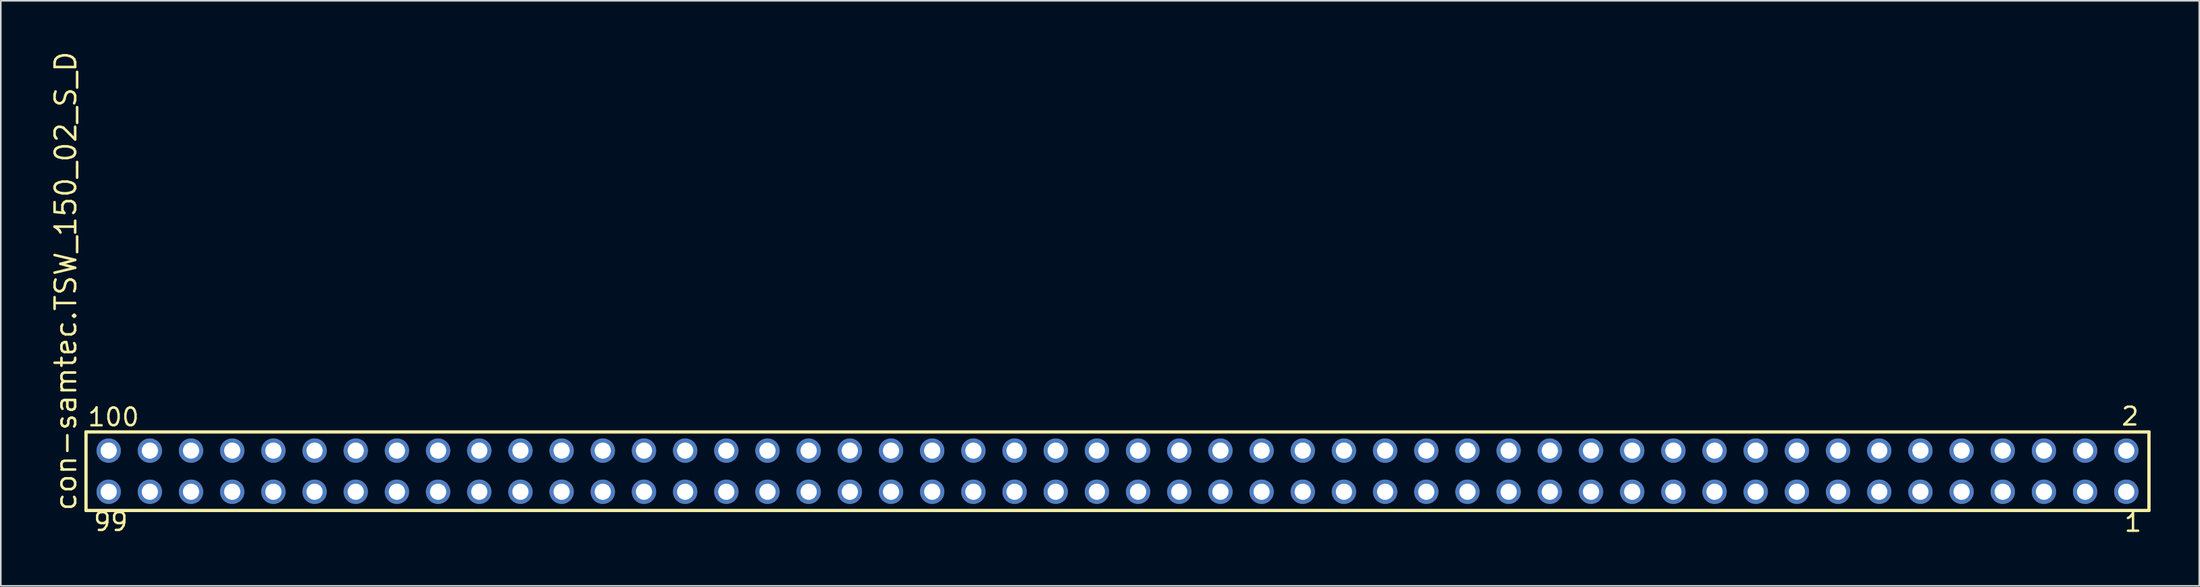
<source format=kicad_pcb>
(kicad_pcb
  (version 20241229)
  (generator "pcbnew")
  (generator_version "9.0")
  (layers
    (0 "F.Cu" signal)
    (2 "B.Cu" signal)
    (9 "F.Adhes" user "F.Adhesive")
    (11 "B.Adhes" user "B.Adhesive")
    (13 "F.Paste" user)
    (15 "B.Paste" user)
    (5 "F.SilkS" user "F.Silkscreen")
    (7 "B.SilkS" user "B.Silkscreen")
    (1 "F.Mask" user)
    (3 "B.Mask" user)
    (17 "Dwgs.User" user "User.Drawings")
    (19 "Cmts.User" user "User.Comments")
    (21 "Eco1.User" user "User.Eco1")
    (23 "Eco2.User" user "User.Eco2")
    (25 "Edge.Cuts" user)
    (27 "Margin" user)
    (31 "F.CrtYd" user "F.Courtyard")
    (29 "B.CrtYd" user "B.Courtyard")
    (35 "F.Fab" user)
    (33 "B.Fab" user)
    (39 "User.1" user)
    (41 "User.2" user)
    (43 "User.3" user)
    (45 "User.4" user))
  (footprint "con-samtec.TSW_150_02_S_D"
    (layer "F.Cu")
    (at 65.885 26.049)
    (property "Reference" "con-samtec.TSW_150_02_S_D" (at -64.135 2.54 90) (layer "F.SilkS") (effects (font (size 1.27 1.27) (thickness 0.16)) (justify left bottom)))
    (attr through_hole)
    (fp_line (start -63.629 -2.425) (end 63.629 -2.425) (stroke (width 0.203) (type default)) (layer "F.SilkS"))
    (fp_line (start -63.629 2.425) (end -63.629 -2.425) (stroke (width 0.203) (type default)) (layer "F.SilkS"))
    (fp_line (start 63.629 -2.425) (end 63.629 2.425) (stroke (width 0.203) (type default)) (layer "F.SilkS"))
    (fp_line (start 63.629 2.425) (end -63.629 2.425) (stroke (width 0.203) (type default)) (layer "F.SilkS"))
    (fp_rect (start -62.58 -0.92) (end -61.88 -1.62) (stroke (width 0.05) (type default)) (fill no) (layer "F.Fab"))
    (fp_rect (start -62.58 1.62) (end -61.88 0.92) (stroke (width 0.05) (type default)) (fill no) (layer "F.Fab"))
    (fp_rect (start -60.04 -0.92) (end -59.34 -1.62) (stroke (width 0.05) (type default)) (fill no) (layer "F.Fab"))
    (fp_rect (start -60.04 1.62) (end -59.34 0.92) (stroke (width 0.05) (type default)) (fill no) (layer "F.Fab"))
    (fp_rect (start -57.5 -0.92) (end -56.8 -1.62) (stroke (width 0.05) (type default)) (fill no) (layer "F.Fab"))
    (fp_rect (start -57.5 1.62) (end -56.8 0.92) (stroke (width 0.05) (type default)) (fill no) (layer "F.Fab"))
    (fp_rect (start -54.96 -0.92) (end -54.26 -1.62) (stroke (width 0.05) (type default)) (fill no) (layer "F.Fab"))
    (fp_rect (start -54.96 1.62) (end -54.26 0.92) (stroke (width 0.05) (type default)) (fill no) (layer "F.Fab"))
    (fp_rect (start -52.42 -0.92) (end -51.72 -1.62) (stroke (width 0.05) (type default)) (fill no) (layer "F.Fab"))
    (fp_rect (start -52.42 1.62) (end -51.72 0.92) (stroke (width 0.05) (type default)) (fill no) (layer "F.Fab"))
    (fp_rect (start -49.88 -0.92) (end -49.18 -1.62) (stroke (width 0.05) (type default)) (fill no) (layer "F.Fab"))
    (fp_rect (start -49.88 1.62) (end -49.18 0.92) (stroke (width 0.05) (type default)) (fill no) (layer "F.Fab"))
    (fp_rect (start -47.34 -0.92) (end -46.64 -1.62) (stroke (width 0.05) (type default)) (fill no) (layer "F.Fab"))
    (fp_rect (start -47.34 1.62) (end -46.64 0.92) (stroke (width 0.05) (type default)) (fill no) (layer "F.Fab"))
    (fp_rect (start -44.8 -0.92) (end -44.1 -1.62) (stroke (width 0.05) (type default)) (fill no) (layer "F.Fab"))
    (fp_rect (start -44.8 1.62) (end -44.1 0.92) (stroke (width 0.05) (type default)) (fill no) (layer "F.Fab"))
    (fp_rect (start -42.26 -0.92) (end -41.56 -1.62) (stroke (width 0.05) (type default)) (fill no) (layer "F.Fab"))
    (fp_rect (start -42.26 1.62) (end -41.56 0.92) (stroke (width 0.05) (type default)) (fill no) (layer "F.Fab"))
    (fp_rect (start -39.72 -0.92) (end -39.02 -1.62) (stroke (width 0.05) (type default)) (fill no) (layer "F.Fab"))
    (fp_rect (start -39.72 1.62) (end -39.02 0.92) (stroke (width 0.05) (type default)) (fill no) (layer "F.Fab"))
    (fp_rect (start -37.18 -0.92) (end -36.48 -1.62) (stroke (width 0.05) (type default)) (fill no) (layer "F.Fab"))
    (fp_rect (start -37.18 1.62) (end -36.48 0.92) (stroke (width 0.05) (type default)) (fill no) (layer "F.Fab"))
    (fp_rect (start -34.64 -0.92) (end -33.94 -1.62) (stroke (width 0.05) (type default)) (fill no) (layer "F.Fab"))
    (fp_rect (start -34.64 1.62) (end -33.94 0.92) (stroke (width 0.05) (type default)) (fill no) (layer "F.Fab"))
    (fp_rect (start -32.1 -0.92) (end -31.4 -1.62) (stroke (width 0.05) (type default)) (fill no) (layer "F.Fab"))
    (fp_rect (start -32.1 1.62) (end -31.4 0.92) (stroke (width 0.05) (type default)) (fill no) (layer "F.Fab"))
    (fp_rect (start -29.56 -0.92) (end -28.86 -1.62) (stroke (width 0.05) (type default)) (fill no) (layer "F.Fab"))
    (fp_rect (start -29.56 1.62) (end -28.86 0.92) (stroke (width 0.05) (type default)) (fill no) (layer "F.Fab"))
    (fp_rect (start -27.02 -0.92) (end -26.32 -1.62) (stroke (width 0.05) (type default)) (fill no) (layer "F.Fab"))
    (fp_rect (start -27.02 1.62) (end -26.32 0.92) (stroke (width 0.05) (type default)) (fill no) (layer "F.Fab"))
    (fp_rect (start -24.48 -0.92) (end -23.78 -1.62) (stroke (width 0.05) (type default)) (fill no) (layer "F.Fab"))
    (fp_rect (start -24.48 1.62) (end -23.78 0.92) (stroke (width 0.05) (type default)) (fill no) (layer "F.Fab"))
    (fp_rect (start -21.94 -0.92) (end -21.24 -1.62) (stroke (width 0.05) (type default)) (fill no) (layer "F.Fab"))
    (fp_rect (start -21.94 1.62) (end -21.24 0.92) (stroke (width 0.05) (type default)) (fill no) (layer "F.Fab"))
    (fp_rect (start -19.4 -0.92) (end -18.7 -1.62) (stroke (width 0.05) (type default)) (fill no) (layer "F.Fab"))
    (fp_rect (start -19.4 1.62) (end -18.7 0.92) (stroke (width 0.05) (type default)) (fill no) (layer "F.Fab"))
    (fp_rect (start -16.86 -0.92) (end -16.16 -1.62) (stroke (width 0.05) (type default)) (fill no) (layer "F.Fab"))
    (fp_rect (start -16.86 1.62) (end -16.16 0.92) (stroke (width 0.05) (type default)) (fill no) (layer "F.Fab"))
    (fp_rect (start -14.32 -0.92) (end -13.62 -1.62) (stroke (width 0.05) (type default)) (fill no) (layer "F.Fab"))
    (fp_rect (start -14.32 1.62) (end -13.62 0.92) (stroke (width 0.05) (type default)) (fill no) (layer "F.Fab"))
    (fp_rect (start -11.78 -0.92) (end -11.08 -1.62) (stroke (width 0.05) (type default)) (fill no) (layer "F.Fab"))
    (fp_rect (start -11.78 1.62) (end -11.08 0.92) (stroke (width 0.05) (type default)) (fill no) (layer "F.Fab"))
    (fp_rect (start -9.24 -0.92) (end -8.54 -1.62) (stroke (width 0.05) (type default)) (fill no) (layer "F.Fab"))
    (fp_rect (start -9.24 1.62) (end -8.54 0.92) (stroke (width 0.05) (type default)) (fill no) (layer "F.Fab"))
    (fp_rect (start -6.7 -0.92) (end -6 -1.62) (stroke (width 0.05) (type default)) (fill no) (layer "F.Fab"))
    (fp_rect (start -6.7 1.62) (end -6 0.92) (stroke (width 0.05) (type default)) (fill no) (layer "F.Fab"))
    (fp_rect (start -4.16 -0.92) (end -3.46 -1.62) (stroke (width 0.05) (type default)) (fill no) (layer "F.Fab"))
    (fp_rect (start -4.16 1.62) (end -3.46 0.92) (stroke (width 0.05) (type default)) (fill no) (layer "F.Fab"))
    (fp_rect (start -1.62 -0.92) (end -0.92 -1.62) (stroke (width 0.05) (type default)) (fill no) (layer "F.Fab"))
    (fp_rect (start -1.62 1.62) (end -0.92 0.92) (stroke (width 0.05) (type default)) (fill no) (layer "F.Fab"))
    (fp_rect (start 0.92 -0.92) (end 1.62 -1.62) (stroke (width 0.05) (type default)) (fill no) (layer "F.Fab"))
    (fp_rect (start 0.92 1.62) (end 1.62 0.92) (stroke (width 0.05) (type default)) (fill no) (layer "F.Fab"))
    (fp_rect (start 3.46 -0.92) (end 4.16 -1.62) (stroke (width 0.05) (type default)) (fill no) (layer "F.Fab"))
    (fp_rect (start 3.46 1.62) (end 4.16 0.92) (stroke (width 0.05) (type default)) (fill no) (layer "F.Fab"))
    (fp_rect (start 6 -0.92) (end 6.7 -1.62) (stroke (width 0.05) (type default)) (fill no) (layer "F.Fab"))
    (fp_rect (start 6 1.62) (end 6.7 0.92) (stroke (width 0.05) (type default)) (fill no) (layer "F.Fab"))
    (fp_rect (start 8.54 -0.92) (end 9.24 -1.62) (stroke (width 0.05) (type default)) (fill no) (layer "F.Fab"))
    (fp_rect (start 8.54 1.62) (end 9.24 0.92) (stroke (width 0.05) (type default)) (fill no) (layer "F.Fab"))
    (fp_rect (start 11.08 -0.92) (end 11.78 -1.62) (stroke (width 0.05) (type default)) (fill no) (layer "F.Fab"))
    (fp_rect (start 11.08 1.62) (end 11.78 0.92) (stroke (width 0.05) (type default)) (fill no) (layer "F.Fab"))
    (fp_rect (start 13.62 -0.92) (end 14.32 -1.62) (stroke (width 0.05) (type default)) (fill no) (layer "F.Fab"))
    (fp_rect (start 13.62 1.62) (end 14.32 0.92) (stroke (width 0.05) (type default)) (fill no) (layer "F.Fab"))
    (fp_rect (start 16.16 -0.92) (end 16.86 -1.62) (stroke (width 0.05) (type default)) (fill no) (layer "F.Fab"))
    (fp_rect (start 16.16 1.62) (end 16.86 0.92) (stroke (width 0.05) (type default)) (fill no) (layer "F.Fab"))
    (fp_rect (start 18.7 -0.92) (end 19.4 -1.62) (stroke (width 0.05) (type default)) (fill no) (layer "F.Fab"))
    (fp_rect (start 18.7 1.62) (end 19.4 0.92) (stroke (width 0.05) (type default)) (fill no) (layer "F.Fab"))
    (fp_rect (start 21.24 -0.92) (end 21.94 -1.62) (stroke (width 0.05) (type default)) (fill no) (layer "F.Fab"))
    (fp_rect (start 21.24 1.62) (end 21.94 0.92) (stroke (width 0.05) (type default)) (fill no) (layer "F.Fab"))
    (fp_rect (start 23.78 -0.92) (end 24.48 -1.62) (stroke (width 0.05) (type default)) (fill no) (layer "F.Fab"))
    (fp_rect (start 23.78 1.62) (end 24.48 0.92) (stroke (width 0.05) (type default)) (fill no) (layer "F.Fab"))
    (fp_rect (start 26.32 -0.92) (end 27.02 -1.62) (stroke (width 0.05) (type default)) (fill no) (layer "F.Fab"))
    (fp_rect (start 26.32 1.62) (end 27.02 0.92) (stroke (width 0.05) (type default)) (fill no) (layer "F.Fab"))
    (fp_rect (start 28.86 -0.92) (end 29.56 -1.62) (stroke (width 0.05) (type default)) (fill no) (layer "F.Fab"))
    (fp_rect (start 28.86 1.62) (end 29.56 0.92) (stroke (width 0.05) (type default)) (fill no) (layer "F.Fab"))
    (fp_rect (start 31.4 -0.92) (end 32.1 -1.62) (stroke (width 0.05) (type default)) (fill no) (layer "F.Fab"))
    (fp_rect (start 31.4 1.62) (end 32.1 0.92) (stroke (width 0.05) (type default)) (fill no) (layer "F.Fab"))
    (fp_rect (start 33.94 -0.92) (end 34.64 -1.62) (stroke (width 0.05) (type default)) (fill no) (layer "F.Fab"))
    (fp_rect (start 33.94 1.62) (end 34.64 0.92) (stroke (width 0.05) (type default)) (fill no) (layer "F.Fab"))
    (fp_rect (start 36.48 -0.92) (end 37.18 -1.62) (stroke (width 0.05) (type default)) (fill no) (layer "F.Fab"))
    (fp_rect (start 36.48 1.62) (end 37.18 0.92) (stroke (width 0.05) (type default)) (fill no) (layer "F.Fab"))
    (fp_rect (start 39.02 -0.92) (end 39.72 -1.62) (stroke (width 0.05) (type default)) (fill no) (layer "F.Fab"))
    (fp_rect (start 39.02 1.62) (end 39.72 0.92) (stroke (width 0.05) (type default)) (fill no) (layer "F.Fab"))
    (fp_rect (start 41.56 -0.92) (end 42.26 -1.62) (stroke (width 0.05) (type default)) (fill no) (layer "F.Fab"))
    (fp_rect (start 41.56 1.62) (end 42.26 0.92) (stroke (width 0.05) (type default)) (fill no) (layer "F.Fab"))
    (fp_rect (start 44.1 -0.92) (end 44.8 -1.62) (stroke (width 0.05) (type default)) (fill no) (layer "F.Fab"))
    (fp_rect (start 44.1 1.62) (end 44.8 0.92) (stroke (width 0.05) (type default)) (fill no) (layer "F.Fab"))
    (fp_rect (start 46.64 -0.92) (end 47.34 -1.62) (stroke (width 0.05) (type default)) (fill no) (layer "F.Fab"))
    (fp_rect (start 46.64 1.62) (end 47.34 0.92) (stroke (width 0.05) (type default)) (fill no) (layer "F.Fab"))
    (fp_rect (start 49.18 -0.92) (end 49.88 -1.62) (stroke (width 0.05) (type default)) (fill no) (layer "F.Fab"))
    (fp_rect (start 49.18 1.62) (end 49.88 0.92) (stroke (width 0.05) (type default)) (fill no) (layer "F.Fab"))
    (fp_rect (start 51.72 -0.92) (end 52.42 -1.62) (stroke (width 0.05) (type default)) (fill no) (layer "F.Fab"))
    (fp_rect (start 51.72 1.62) (end 52.42 0.92) (stroke (width 0.05) (type default)) (fill no) (layer "F.Fab"))
    (fp_rect (start 54.26 -0.92) (end 54.96 -1.62) (stroke (width 0.05) (type default)) (fill no) (layer "F.Fab"))
    (fp_rect (start 54.26 1.62) (end 54.96 0.92) (stroke (width 0.05) (type default)) (fill no) (layer "F.Fab"))
    (fp_rect (start 56.8 -0.92) (end 57.5 -1.62) (stroke (width 0.05) (type default)) (fill no) (layer "F.Fab"))
    (fp_rect (start 56.8 1.62) (end 57.5 0.92) (stroke (width 0.05) (type default)) (fill no) (layer "F.Fab"))
    (fp_rect (start 59.34 -0.92) (end 60.04 -1.62) (stroke (width 0.05) (type default)) (fill no) (layer "F.Fab"))
    (fp_rect (start 59.34 1.62) (end 60.04 0.92) (stroke (width 0.05) (type default)) (fill no) (layer "F.Fab"))
    (fp_rect (start 61.88 -0.92) (end 62.58 -1.62) (stroke (width 0.05) (type default)) (fill no) (layer "F.Fab"))
    (fp_rect (start 61.88 1.62) (end 62.58 0.92) (stroke (width 0.05) (type default)) (fill no) (layer "F.Fab"))
    (fp_text user "100" (at -63.604 -2.694 0) (layer "F.SilkS") (effects (font (size 1.1 1.1) (thickness 0.15)) (justify left bottom)))
    (fp_text user "2" (at 61.847 -2.744 0) (layer "F.SilkS") (effects (font (size 1.1 1.1) (thickness 0.15)) (justify left bottom)))
    (fp_text user "99" (at -63.25 3.768 0) (layer "F.SilkS") (effects (font (size 1.1 1.1) (thickness 0.15)) (justify left bottom)))
    (fp_text user "1" (at 62.022 3.818 0) (layer "F.SilkS") (effects (font (size 1.1 1.1) (thickness 0.15)) (justify left bottom)))
    (pad "1" thru_hole circle (at 62.23 1.27 180) (size 1.5 1.5) (drill 1) (layers "*.Cu" "*.Mask"))
    (pad "2" thru_hole circle (at 62.23 -1.27 180) (size 1.5 1.5) (drill 1) (layers "*.Cu" "*.Mask"))
    (pad "3" thru_hole circle (at 59.69 1.27 180) (size 1.5 1.5) (drill 1) (layers "*.Cu" "*.Mask"))
    (pad "4" thru_hole circle (at 59.69 -1.27 180) (size 1.5 1.5) (drill 1) (layers "*.Cu" "*.Mask"))
    (pad "5" thru_hole circle (at 57.15 1.27 180) (size 1.5 1.5) (drill 1) (layers "*.Cu" "*.Mask"))
    (pad "6" thru_hole circle (at 57.15 -1.27 180) (size 1.5 1.5) (drill 1) (layers "*.Cu" "*.Mask"))
    (pad "7" thru_hole circle (at 54.61 1.27 180) (size 1.5 1.5) (drill 1) (layers "*.Cu" "*.Mask"))
    (pad "8" thru_hole circle (at 54.61 -1.27 180) (size 1.5 1.5) (drill 1) (layers "*.Cu" "*.Mask"))
    (pad "9" thru_hole circle (at 52.07 1.27 180) (size 1.5 1.5) (drill 1) (layers "*.Cu" "*.Mask"))
    (pad "10" thru_hole circle (at 52.07 -1.27 180) (size 1.5 1.5) (drill 1) (layers "*.Cu" "*.Mask"))
    (pad "11" thru_hole circle (at 49.53 1.27 180) (size 1.5 1.5) (drill 1) (layers "*.Cu" "*.Mask"))
    (pad "12" thru_hole circle (at 49.53 -1.27 180) (size 1.5 1.5) (drill 1) (layers "*.Cu" "*.Mask"))
    (pad "13" thru_hole circle (at 46.99 1.27 180) (size 1.5 1.5) (drill 1) (layers "*.Cu" "*.Mask"))
    (pad "14" thru_hole circle (at 46.99 -1.27 180) (size 1.5 1.5) (drill 1) (layers "*.Cu" "*.Mask"))
    (pad "15" thru_hole circle (at 44.45 1.27 180) (size 1.5 1.5) (drill 1) (layers "*.Cu" "*.Mask"))
    (pad "16" thru_hole circle (at 44.45 -1.27 180) (size 1.5 1.5) (drill 1) (layers "*.Cu" "*.Mask"))
    (pad "17" thru_hole circle (at 41.91 1.27 180) (size 1.5 1.5) (drill 1) (layers "*.Cu" "*.Mask"))
    (pad "18" thru_hole circle (at 41.91 -1.27 180) (size 1.5 1.5) (drill 1) (layers "*.Cu" "*.Mask"))
    (pad "19" thru_hole circle (at 39.37 1.27 180) (size 1.5 1.5) (drill 1) (layers "*.Cu" "*.Mask"))
    (pad "20" thru_hole circle (at 39.37 -1.27 180) (size 1.5 1.5) (drill 1) (layers "*.Cu" "*.Mask"))
    (pad "21" thru_hole circle (at 36.83 1.27 180) (size 1.5 1.5) (drill 1) (layers "*.Cu" "*.Mask"))
    (pad "22" thru_hole circle (at 36.83 -1.27 180) (size 1.5 1.5) (drill 1) (layers "*.Cu" "*.Mask"))
    (pad "23" thru_hole circle (at 34.29 1.27 180) (size 1.5 1.5) (drill 1) (layers "*.Cu" "*.Mask"))
    (pad "24" thru_hole circle (at 34.29 -1.27 180) (size 1.5 1.5) (drill 1) (layers "*.Cu" "*.Mask"))
    (pad "25" thru_hole circle (at 31.75 1.27 180) (size 1.5 1.5) (drill 1) (layers "*.Cu" "*.Mask"))
    (pad "26" thru_hole circle (at 31.75 -1.27 180) (size 1.5 1.5) (drill 1) (layers "*.Cu" "*.Mask"))
    (pad "27" thru_hole circle (at 29.21 1.27 180) (size 1.5 1.5) (drill 1) (layers "*.Cu" "*.Mask"))
    (pad "28" thru_hole circle (at 29.21 -1.27 180) (size 1.5 1.5) (drill 1) (layers "*.Cu" "*.Mask"))
    (pad "29" thru_hole circle (at 26.67 1.27 180) (size 1.5 1.5) (drill 1) (layers "*.Cu" "*.Mask"))
    (pad "30" thru_hole circle (at 26.67 -1.27 180) (size 1.5 1.5) (drill 1) (layers "*.Cu" "*.Mask"))
    (pad "31" thru_hole circle (at 24.13 1.27 180) (size 1.5 1.5) (drill 1) (layers "*.Cu" "*.Mask"))
    (pad "32" thru_hole circle (at 24.13 -1.27 180) (size 1.5 1.5) (drill 1) (layers "*.Cu" "*.Mask"))
    (pad "33" thru_hole circle (at 21.59 1.27 180) (size 1.5 1.5) (drill 1) (layers "*.Cu" "*.Mask"))
    (pad "34" thru_hole circle (at 21.59 -1.27 180) (size 1.5 1.5) (drill 1) (layers "*.Cu" "*.Mask"))
    (pad "35" thru_hole circle (at 19.05 1.27 180) (size 1.5 1.5) (drill 1) (layers "*.Cu" "*.Mask"))
    (pad "36" thru_hole circle (at 19.05 -1.27 180) (size 1.5 1.5) (drill 1) (layers "*.Cu" "*.Mask"))
    (pad "37" thru_hole circle (at 16.51 1.27 180) (size 1.5 1.5) (drill 1) (layers "*.Cu" "*.Mask"))
    (pad "38" thru_hole circle (at 16.51 -1.27 180) (size 1.5 1.5) (drill 1) (layers "*.Cu" "*.Mask"))
    (pad "39" thru_hole circle (at 13.97 1.27 180) (size 1.5 1.5) (drill 1) (layers "*.Cu" "*.Mask"))
    (pad "40" thru_hole circle (at 13.97 -1.27 180) (size 1.5 1.5) (drill 1) (layers "*.Cu" "*.Mask"))
    (pad "41" thru_hole circle (at 11.43 1.27 180) (size 1.5 1.5) (drill 1) (layers "*.Cu" "*.Mask"))
    (pad "42" thru_hole circle (at 11.43 -1.27 180) (size 1.5 1.5) (drill 1) (layers "*.Cu" "*.Mask"))
    (pad "43" thru_hole circle (at 8.89 1.27 180) (size 1.5 1.5) (drill 1) (layers "*.Cu" "*.Mask"))
    (pad "44" thru_hole circle (at 8.89 -1.27 180) (size 1.5 1.5) (drill 1) (layers "*.Cu" "*.Mask"))
    (pad "45" thru_hole circle (at 6.35 1.27 180) (size 1.5 1.5) (drill 1) (layers "*.Cu" "*.Mask"))
    (pad "46" thru_hole circle (at 6.35 -1.27 180) (size 1.5 1.5) (drill 1) (layers "*.Cu" "*.Mask"))
    (pad "47" thru_hole circle (at 3.81 1.27 180) (size 1.5 1.5) (drill 1) (layers "*.Cu" "*.Mask"))
    (pad "48" thru_hole circle (at 3.81 -1.27 180) (size 1.5 1.5) (drill 1) (layers "*.Cu" "*.Mask"))
    (pad "49" thru_hole circle (at 1.27 1.27 180) (size 1.5 1.5) (drill 1) (layers "*.Cu" "*.Mask"))
    (pad "50" thru_hole circle (at 1.27 -1.27 180) (size 1.5 1.5) (drill 1) (layers "*.Cu" "*.Mask"))
    (pad "51" thru_hole circle (at -1.27 1.27 180) (size 1.5 1.5) (drill 1) (layers "*.Cu" "*.Mask"))
    (pad "52" thru_hole circle (at -1.27 -1.27 180) (size 1.5 1.5) (drill 1) (layers "*.Cu" "*.Mask"))
    (pad "53" thru_hole circle (at -3.81 1.27 180) (size 1.5 1.5) (drill 1) (layers "*.Cu" "*.Mask"))
    (pad "54" thru_hole circle (at -3.81 -1.27 180) (size 1.5 1.5) (drill 1) (layers "*.Cu" "*.Mask"))
    (pad "55" thru_hole circle (at -6.35 1.27 180) (size 1.5 1.5) (drill 1) (layers "*.Cu" "*.Mask"))
    (pad "56" thru_hole circle (at -6.35 -1.27 180) (size 1.5 1.5) (drill 1) (layers "*.Cu" "*.Mask"))
    (pad "57" thru_hole circle (at -8.89 1.27 180) (size 1.5 1.5) (drill 1) (layers "*.Cu" "*.Mask"))
    (pad "58" thru_hole circle (at -8.89 -1.27 180) (size 1.5 1.5) (drill 1) (layers "*.Cu" "*.Mask"))
    (pad "59" thru_hole circle (at -11.43 1.27 180) (size 1.5 1.5) (drill 1) (layers "*.Cu" "*.Mask"))
    (pad "60" thru_hole circle (at -11.43 -1.27 180) (size 1.5 1.5) (drill 1) (layers "*.Cu" "*.Mask"))
    (pad "61" thru_hole circle (at -13.97 1.27 180) (size 1.5 1.5) (drill 1) (layers "*.Cu" "*.Mask"))
    (pad "62" thru_hole circle (at -13.97 -1.27 180) (size 1.5 1.5) (drill 1) (layers "*.Cu" "*.Mask"))
    (pad "63" thru_hole circle (at -16.51 1.27 180) (size 1.5 1.5) (drill 1) (layers "*.Cu" "*.Mask"))
    (pad "64" thru_hole circle (at -16.51 -1.27 180) (size 1.5 1.5) (drill 1) (layers "*.Cu" "*.Mask"))
    (pad "65" thru_hole circle (at -19.05 1.27 180) (size 1.5 1.5) (drill 1) (layers "*.Cu" "*.Mask"))
    (pad "66" thru_hole circle (at -19.05 -1.27 180) (size 1.5 1.5) (drill 1) (layers "*.Cu" "*.Mask"))
    (pad "67" thru_hole circle (at -21.59 1.27 180) (size 1.5 1.5) (drill 1) (layers "*.Cu" "*.Mask"))
    (pad "68" thru_hole circle (at -21.59 -1.27 180) (size 1.5 1.5) (drill 1) (layers "*.Cu" "*.Mask"))
    (pad "69" thru_hole circle (at -24.13 1.27 180) (size 1.5 1.5) (drill 1) (layers "*.Cu" "*.Mask"))
    (pad "70" thru_hole circle (at -24.13 -1.27 180) (size 1.5 1.5) (drill 1) (layers "*.Cu" "*.Mask"))
    (pad "71" thru_hole circle (at -26.67 1.27 180) (size 1.5 1.5) (drill 1) (layers "*.Cu" "*.Mask"))
    (pad "72" thru_hole circle (at -26.67 -1.27 180) (size 1.5 1.5) (drill 1) (layers "*.Cu" "*.Mask"))
    (pad "73" thru_hole circle (at -29.21 1.27 180) (size 1.5 1.5) (drill 1) (layers "*.Cu" "*.Mask"))
    (pad "74" thru_hole circle (at -29.21 -1.27 180) (size 1.5 1.5) (drill 1) (layers "*.Cu" "*.Mask"))
    (pad "75" thru_hole circle (at -31.75 1.27 180) (size 1.5 1.5) (drill 1) (layers "*.Cu" "*.Mask"))
    (pad "76" thru_hole circle (at -31.75 -1.27 180) (size 1.5 1.5) (drill 1) (layers "*.Cu" "*.Mask"))
    (pad "77" thru_hole circle (at -34.29 1.27 180) (size 1.5 1.5) (drill 1) (layers "*.Cu" "*.Mask"))
    (pad "78" thru_hole circle (at -34.29 -1.27 180) (size 1.5 1.5) (drill 1) (layers "*.Cu" "*.Mask"))
    (pad "79" thru_hole circle (at -36.83 1.27 180) (size 1.5 1.5) (drill 1) (layers "*.Cu" "*.Mask"))
    (pad "80" thru_hole circle (at -36.83 -1.27 180) (size 1.5 1.5) (drill 1) (layers "*.Cu" "*.Mask"))
    (pad "81" thru_hole circle (at -39.37 1.27 180) (size 1.5 1.5) (drill 1) (layers "*.Cu" "*.Mask"))
    (pad "82" thru_hole circle (at -39.37 -1.27 180) (size 1.5 1.5) (drill 1) (layers "*.Cu" "*.Mask"))
    (pad "83" thru_hole circle (at -41.91 1.27 180) (size 1.5 1.5) (drill 1) (layers "*.Cu" "*.Mask"))
    (pad "84" thru_hole circle (at -41.91 -1.27 180) (size 1.5 1.5) (drill 1) (layers "*.Cu" "*.Mask"))
    (pad "85" thru_hole circle (at -44.45 1.27 180) (size 1.5 1.5) (drill 1) (layers "*.Cu" "*.Mask"))
    (pad "86" thru_hole circle (at -44.45 -1.27 180) (size 1.5 1.5) (drill 1) (layers "*.Cu" "*.Mask"))
    (pad "87" thru_hole circle (at -46.99 1.27 180) (size 1.5 1.5) (drill 1) (layers "*.Cu" "*.Mask"))
    (pad "88" thru_hole circle (at -46.99 -1.27 180) (size 1.5 1.5) (drill 1) (layers "*.Cu" "*.Mask"))
    (pad "89" thru_hole circle (at -49.53 1.27 180) (size 1.5 1.5) (drill 1) (layers "*.Cu" "*.Mask"))
    (pad "90" thru_hole circle (at -49.53 -1.27 180) (size 1.5 1.5) (drill 1) (layers "*.Cu" "*.Mask"))
    (pad "91" thru_hole circle (at -52.07 1.27 180) (size 1.5 1.5) (drill 1) (layers "*.Cu" "*.Mask"))
    (pad "92" thru_hole circle (at -52.07 -1.27 180) (size 1.5 1.5) (drill 1) (layers "*.Cu" "*.Mask"))
    (pad "93" thru_hole circle (at -54.61 1.27 180) (size 1.5 1.5) (drill 1) (layers "*.Cu" "*.Mask"))
    (pad "94" thru_hole circle (at -54.61 -1.27 180) (size 1.5 1.5) (drill 1) (layers "*.Cu" "*.Mask"))
    (pad "95" thru_hole circle (at -57.15 1.27 180) (size 1.5 1.5) (drill 1) (layers "*.Cu" "*.Mask"))
    (pad "96" thru_hole circle (at -57.15 -1.27 180) (size 1.5 1.5) (drill 1) (layers "*.Cu" "*.Mask"))
    (pad "97" thru_hole circle (at -59.69 1.27 180) (size 1.5 1.5) (drill 1) (layers "*.Cu" "*.Mask"))
    (pad "98" thru_hole circle (at -59.69 -1.27 180) (size 1.5 1.5) (drill 1) (layers "*.Cu" "*.Mask"))
    (pad "99" thru_hole circle (at -62.23 1.27 180) (size 1.5 1.5) (drill 1) (layers "*.Cu" "*.Mask"))
    (pad "100" thru_hole circle (at -62.23 -1.27 180) (size 1.5 1.5) (drill 1) (layers "*.Cu" "*.Mask")))
  (gr_rect
    (start -3 -3)
    (end 132.616 33.131)
    (stroke (width 0.1) (type default))
    (fill no)
    (layer "Edge.Cuts")))
</source>
